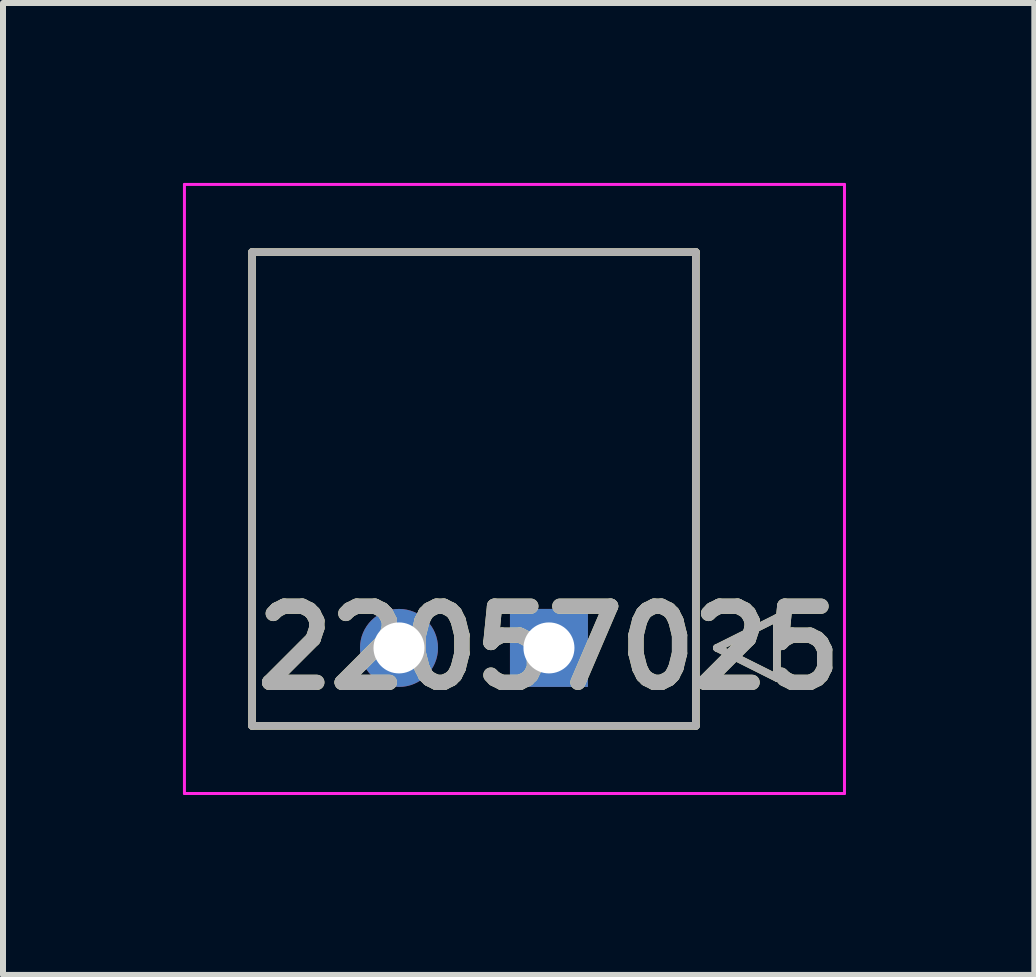
<source format=kicad_pcb>
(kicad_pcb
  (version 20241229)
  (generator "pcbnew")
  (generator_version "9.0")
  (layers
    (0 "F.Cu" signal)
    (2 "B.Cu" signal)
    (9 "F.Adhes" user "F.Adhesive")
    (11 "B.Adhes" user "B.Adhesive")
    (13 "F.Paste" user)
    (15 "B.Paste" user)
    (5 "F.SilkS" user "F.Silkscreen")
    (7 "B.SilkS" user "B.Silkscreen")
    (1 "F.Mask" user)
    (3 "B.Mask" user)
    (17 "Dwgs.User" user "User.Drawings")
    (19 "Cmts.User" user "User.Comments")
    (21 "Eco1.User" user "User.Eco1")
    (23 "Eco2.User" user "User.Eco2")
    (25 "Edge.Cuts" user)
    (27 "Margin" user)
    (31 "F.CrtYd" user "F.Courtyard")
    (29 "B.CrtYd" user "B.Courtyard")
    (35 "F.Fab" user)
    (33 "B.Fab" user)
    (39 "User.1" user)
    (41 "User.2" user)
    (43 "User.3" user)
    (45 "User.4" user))
  (footprint "22057025"
    (layer "F.Cu")
    (at 6.102 7.752)
    (property "Reference" "22057025" (at 0 0 0) (layer "F.SilkS") (effects (font (size 1.27 1.27) (thickness 0.254))))
    (attr through_hole)
    (fp_line (start -4.95 -6.6) (end 2.45 -6.6) (stroke (width 0.127) (type solid)) (layer "F.SilkS"))
    (fp_line (start -4.95 1.3) (end -4.95 -6.6) (stroke (width 0.127) (type solid)) (layer "F.SilkS"))
    (fp_line (start 2.45 -6.6) (end 2.45 1.3) (stroke (width 0.127) (type solid)) (layer "F.SilkS"))
    (fp_line (start 2.45 1.3) (end -4.95 1.3) (stroke (width 0.127) (type solid)) (layer "F.SilkS"))
    (fp_line (start 2.8 0) (end 3.8 -0.5) (stroke (width 0.127) (type solid)) (layer "F.SilkS"))
    (fp_line (start 3.8 -0.5) (end 3.8 0.5) (stroke (width 0.127) (type solid)) (layer "F.SilkS"))
    (fp_line (start 3.8 0.5) (end 2.8 0) (stroke (width 0.127) (type solid)) (layer "F.SilkS"))
    (fp_line (start -6.077 -7.727) (end 4.927 -7.727) (stroke (width 0.05) (type solid)) (layer "F.CrtYd"))
    (fp_line (start -6.077 2.427) (end -6.077 -7.727) (stroke (width 0.05) (type solid)) (layer "F.CrtYd"))
    (fp_line (start 4.927 -7.727) (end 4.927 2.427) (stroke (width 0.05) (type solid)) (layer "F.CrtYd"))
    (fp_line (start 4.927 2.427) (end -6.077 2.427) (stroke (width 0.05) (type solid)) (layer "F.CrtYd"))
    (fp_line (start -4.95 -6.6) (end 2.45 -6.6) (stroke (width 0.127) (type solid)) (layer "F.Fab"))
    (fp_line (start -4.95 1.3) (end -4.95 -6.6) (stroke (width 0.127) (type solid)) (layer "F.Fab"))
    (fp_line (start 2.45 -6.6) (end 2.45 1.3) (stroke (width 0.127) (type solid)) (layer "F.Fab"))
    (fp_line (start 2.45 1.3) (end -4.95 1.3) (stroke (width 0.127) (type solid)) (layer "F.Fab"))
    (fp_line (start 2.8 0) (end 3.8 -0.5) (stroke (width 0.127) (type solid)) (layer "F.Fab"))
    (fp_line (start 3.8 -0.5) (end 3.8 0.5) (stroke (width 0.127) (type solid)) (layer "F.Fab"))
    (fp_line (start 3.8 0.5) (end 2.8 0) (stroke (width 0.127) (type solid)) (layer "F.Fab"))
    (fp_text user "${REFERENCE}" (at 0 0 0) (layer "F.Fab") (effects (font (size 1.27 1.27) (thickness 0.254))))
    (pad "1" thru_hole rect (at 0 0) (size 1.3 1.3) (drill 0.85) (layers "*.Cu" "*.Mask"))
    (pad "2" thru_hole circle (at -2.5 0) (size 1.3 1.3) (drill 0.85) (layers "*.Cu" "*.Mask")))
  (gr_rect
    (start -3 -3)
    (end 14.194 13.204)
    (stroke (width 0.1) (type default))
    (fill no)
    (layer "Edge.Cuts")))
</source>
